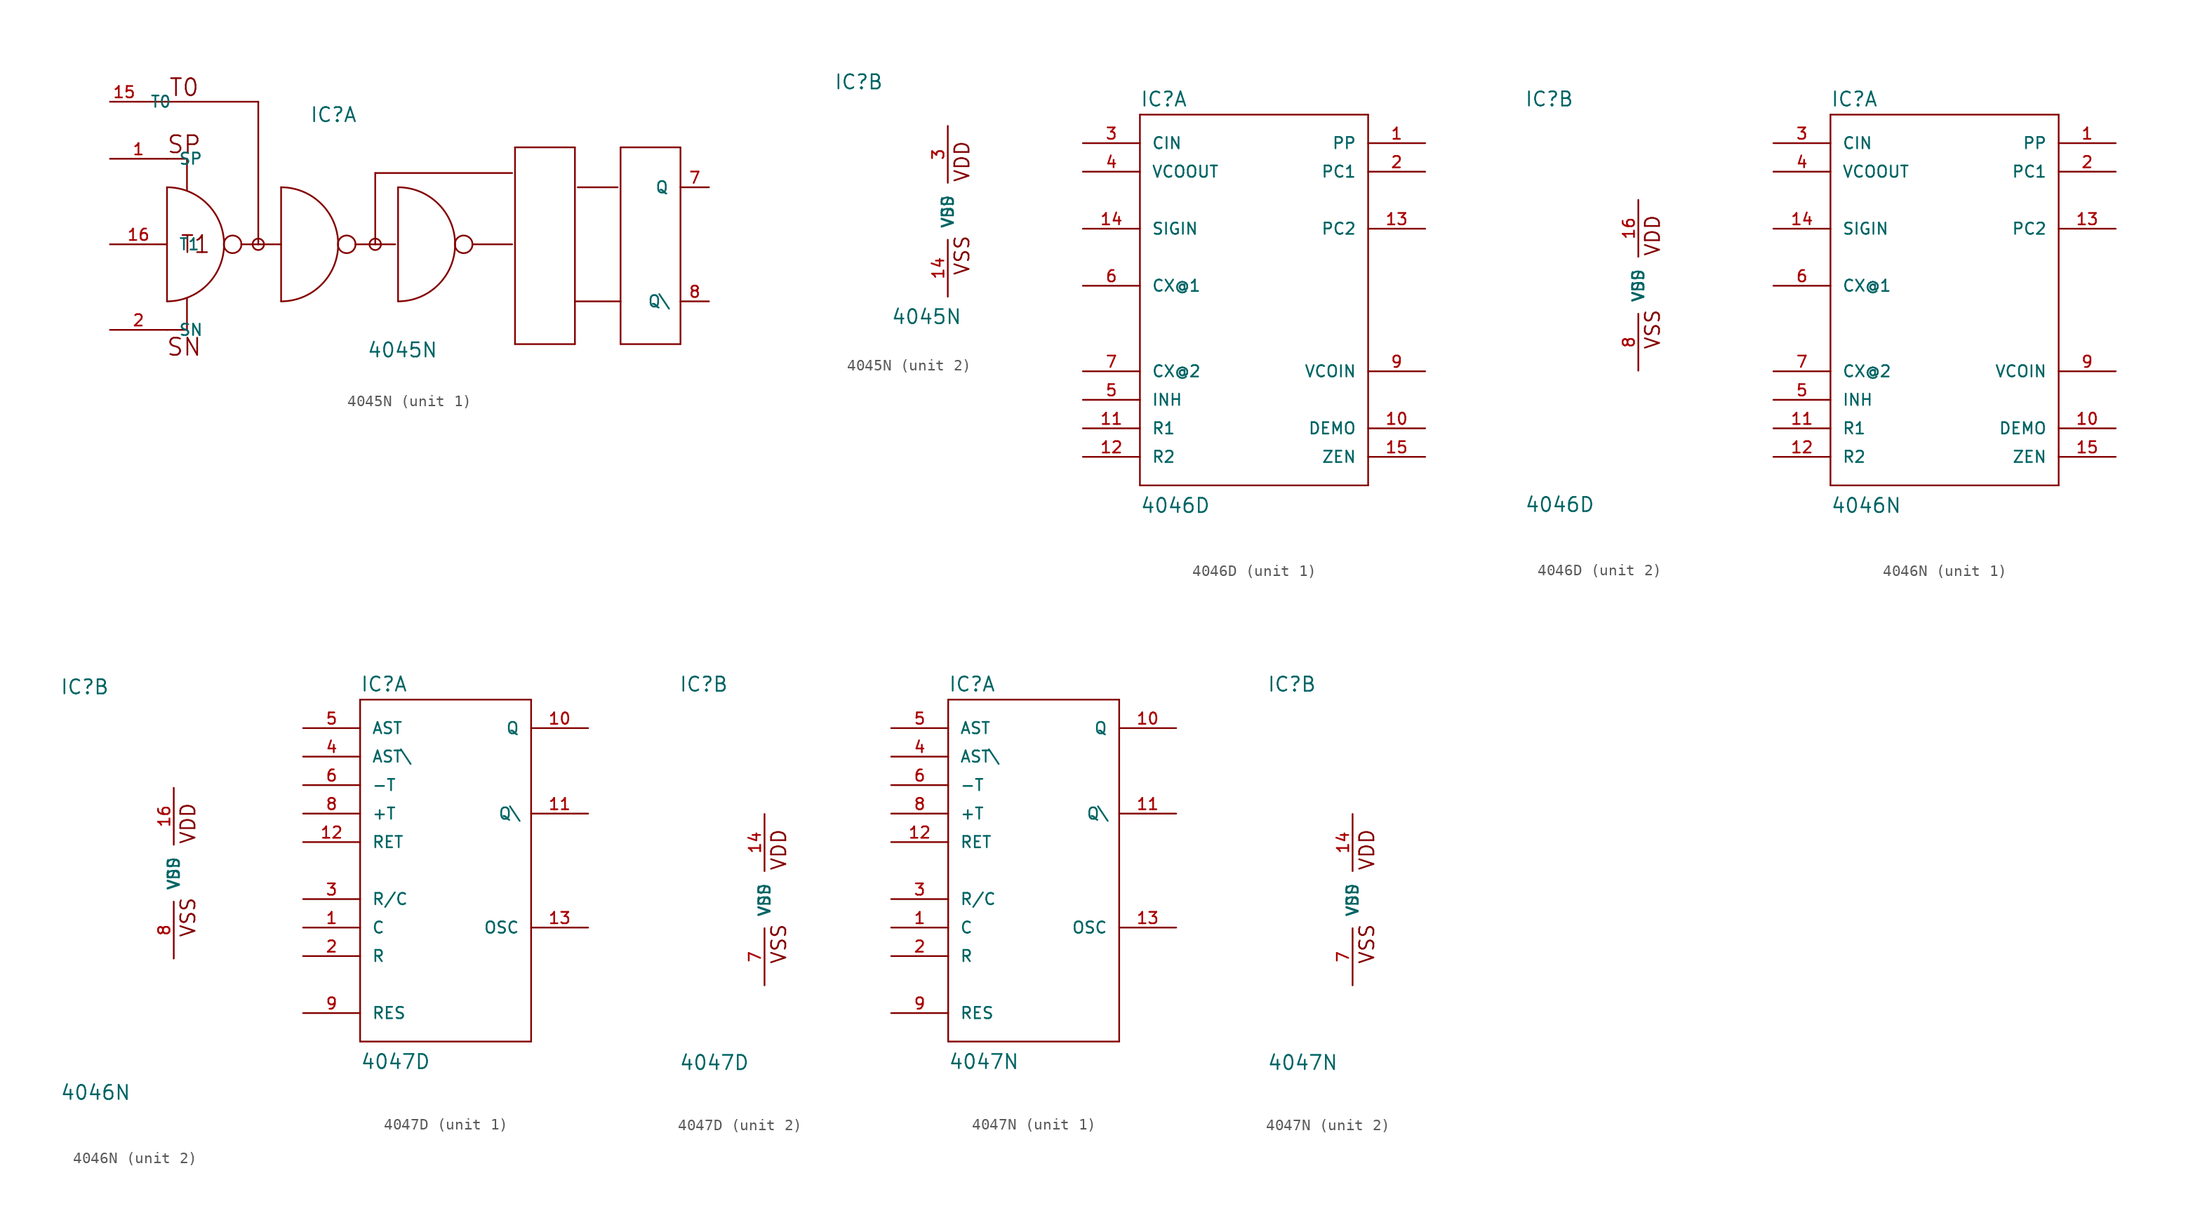
<source format=kicad_sym>
(kicad_symbol_lib
  (version 20211014)
  (generator kicad_symbol_editor)
  (symbol "4045N"
    (pin_names
      (offset 1.016))
    (property "Reference" "IC"
      (at -10.16 10.795 0)
      (effects (font (size 1.27 1.27)) (justify left bottom)))
    (property "Value" "4045N"
      (at -5.08 -10.16 0)
      (effects (font (size 1.27 1.27)) (justify left bottom)))
    (property "ki_locked" ""
      (at 0 0 0)
      (effects (font (size 1.27 1.27))))
    (symbol "4045N_1_0"
      (polyline (pts (xy -25.4 12.7) (xy -14.732 12.7)) (stroke (width 0) (type default) (color 0 0 0 0)) (fill (type none)))
      (polyline (pts (xy -22.86 -7.62) (xy -21.082 -7.62)) (stroke (width 0) (type default) (color 0 0 0 0)) (fill (type none)))
      (polyline (pts (xy -22.86 5.08) (xy -22.86 -5.08)) (stroke (width 0) (type default) (color 0 0 0 0)) (fill (type none)))
      (polyline (pts (xy -22.86 7.62) (xy -21.082 7.62)) (stroke (width 0) (type default) (color 0 0 0 0)) (fill (type none)))
      (polyline (pts (xy -21.082 -7.62) (xy -21.082 -4.826)) (stroke (width 0) (type default) (color 0 0 0 0)) (fill (type none)))
      (polyline (pts (xy -21.082 7.62) (xy -21.082 4.826)) (stroke (width 0) (type default) (color 0 0 0 0)) (fill (type none)))
      (polyline (pts (xy -16.256 0) (xy -14.732 0)) (stroke (width 0) (type default) (color 0 0 0 0)) (fill (type none)))
      (polyline (pts (xy -14.732 0) (xy -12.7 0)) (stroke (width 0) (type default) (color 0 0 0 0)) (fill (type none)))
      (polyline (pts (xy -14.732 12.7) (xy -14.732 0)) (stroke (width 0) (type default) (color 0 0 0 0)) (fill (type none)))
      (polyline (pts (xy -12.7 5.08) (xy -12.7 -5.08)) (stroke (width 0) (type default) (color 0 0 0 0)) (fill (type none)))
      (polyline (pts (xy -6.096 0) (xy -4.318 0)) (stroke (width 0) (type default) (color 0 0 0 0)) (fill (type none)))
      (polyline (pts (xy -4.318 0) (xy -4.318 6.35)) (stroke (width 0) (type default) (color 0 0 0 0)) (fill (type none)))
      (polyline (pts (xy -4.318 0) (xy -2.54 0)) (stroke (width 0) (type default) (color 0 0 0 0)) (fill (type none)))
      (polyline (pts (xy -4.318 6.35) (xy 7.874 6.35)) (stroke (width 0) (type default) (color 0 0 0 0)) (fill (type none)))
      (polyline (pts (xy -2.286 5.08) (xy -2.286 -5.08)) (stroke (width 0) (type default) (color 0 0 0 0)) (fill (type none)))
      (polyline (pts (xy 4.318 0) (xy 7.874 0)) (stroke (width 0) (type default) (color 0 0 0 0)) (fill (type none)))
      (polyline (pts (xy 8.128 -8.89) (xy 13.462 -8.89)) (stroke (width 0) (type default) (color 0 0 0 0)) (fill (type none)))
      (polyline (pts (xy 8.128 8.636) (xy 8.128 -8.89)) (stroke (width 0) (type default) (color 0 0 0 0)) (fill (type none)))
      (polyline (pts (xy 13.462 -8.89) (xy 13.462 -5.08)) (stroke (width 0) (type default) (color 0 0 0 0)) (fill (type none)))
      (polyline (pts (xy 13.462 -5.08) (xy 13.462 8.636)) (stroke (width 0) (type default) (color 0 0 0 0)) (fill (type none)))
      (polyline (pts (xy 13.462 -5.08) (xy 17.526 -5.08)) (stroke (width 0) (type default) (color 0 0 0 0)) (fill (type none)))
      (polyline (pts (xy 13.462 8.636) (xy 8.128 8.636)) (stroke (width 0) (type default) (color 0 0 0 0)) (fill (type none)))
      (polyline (pts (xy 13.716 5.08) (xy 17.272 5.08)) (stroke (width 0) (type default) (color 0 0 0 0)) (fill (type none)))
      (polyline (pts (xy 17.526 -8.89) (xy 22.86 -8.89)) (stroke (width 0) (type default) (color 0 0 0 0)) (fill (type none)))
      (polyline (pts (xy 17.526 -5.08) (xy 17.526 -8.89)) (stroke (width 0) (type default) (color 0 0 0 0)) (fill (type none)))
      (polyline (pts (xy 17.526 8.636) (xy 17.526 -5.08)) (stroke (width 0) (type default) (color 0 0 0 0)) (fill (type none)))
      (polyline (pts (xy 22.86 -8.89) (xy 22.86 8.636)) (stroke (width 0) (type default) (color 0 0 0 0)) (fill (type none)))
      (polyline (pts (xy 22.86 8.636) (xy 17.526 8.636)) (stroke (width 0) (type default) (color 0 0 0 0)) (fill (type none)))
      (text "SN" (at -21.336 -9.144 0) (effects (font (size 1.524 1.524))))
      (text "SP" (at -21.336 8.89 0) (effects (font (size 1.524 1.524))))
      (text "T0" (at -21.336 13.97 0) (effects (font (size 1.524 1.524))))
      (text "T1" (at -20.32 0 0) (effects (font (size 1.524 1.524)))))
    (symbol "4045N_1_1"
      (arc (start -22.86 -5.08) (mid -17.78 0) (end -22.86 5.08) (stroke (width 0) (type default) (color 0 0 0 0)) (fill (type none)))
      (circle (center -17.018 0) (radius 0.787) (stroke (width 0) (type default) (color 0 0 0 0)) (fill (type none)))
      (circle (center -14.732 0) (radius 0.508) (stroke (width 0) (type default) (color 0 0 0 0)) (fill (type none)))
      (arc (start -12.7 -5.08) (mid -7.62 0) (end -12.7 5.08) (stroke (width 0) (type default) (color 0 0 0 0)) (fill (type none)))
      (circle (center -6.858 0) (radius 0.787) (stroke (width 0) (type default) (color 0 0 0 0)) (fill (type none)))
      (circle (center -4.318 0) (radius 0.508) (stroke (width 0) (type default) (color 0 0 0 0)) (fill (type none)))
      (arc (start -2.286 -5.08) (mid 2.794 0) (end -2.286 5.08) (stroke (width 0) (type default) (color 0 0 0 0)) (fill (type none)))
      (circle (center 3.556 0) (radius 0.787) (stroke (width 0) (type default) (color 0 0 0 0)) (fill (type none)))
      (pin input line (at -27.94 7.62 0) (length 5.08) (name "SP" (effects (font (size 1.016 1.016)))) (number "1" (effects (font (size 1.016 1.016)))))
      (pin input line (at -27.94 12.7 0) (length 2.54) (name "T0" (effects (font (size 1.016 1.016)))) (number "15" (effects (font (size 1.016 1.016)))))
      (pin input line (at -27.94 0 0) (length 5.08) (name "T1" (effects (font (size 1.016 1.016)))) (number "16" (effects (font (size 1.016 1.016)))))
      (pin input line (at -27.94 -7.62 0) (length 5.08) (name "SN" (effects (font (size 1.016 1.016)))) (number "2" (effects (font (size 1.016 1.016)))))
      (pin input line (at 25.4 5.08 180) (length 2.54) (name "Q" (effects (font (size 1.016 1.016)))) (number "7" (effects (font (size 1.016 1.016)))))
      (pin input line (at 25.4 -5.08 180) (length 2.54) (name "Q\\" (effects (font (size 1.016 1.016)))) (number "8" (effects (font (size 1.016 1.016))))))
    (symbol "4045N_2_0"
      (text "VDD" (at 1.27 4.445 1) (effects (font (size 1.27 1.27))))
      (text "VSS" (at 1.27 -3.937 1) (effects (font (size 1.27 1.27)))))
    (symbol "4045N_2_1"
      (pin power_in line (at 0 -7.62 90) (length 5.08) (name "VSS" (effects (font (size 1.016 1.016)))) (number "14" (effects (font (size 1.016 1.016)))))
      (pin power_in line (at 0 7.62 270) (length 5.08) (name "VDD" (effects (font (size 1.016 1.016)))) (number "3" (effects (font (size 1.016 1.016)))))))
  (symbol "4046D"
    (pin_names
      (offset 1.016))
    (property "Reference" "IC"
      (at -10.16 15.875 0)
      (effects (font (size 1.27 1.27)) (justify left bottom)))
    (property "Value" "4046D"
      (at -10.16 -20.32 0)
      (effects (font (size 1.27 1.27)) (justify left bottom)))
    (property "ki_locked" ""
      (at 0 0 0)
      (effects (font (size 1.27 1.27))))
    (symbol "4046D_1_0"
      (polyline (pts (xy -10.16 -17.78) (xy 10.16 -17.78)) (stroke (width 0) (type default) (color 0 0 0 0)) (fill (type none)))
      (polyline (pts (xy -10.16 15.24) (xy -10.16 -17.78)) (stroke (width 0) (type default) (color 0 0 0 0)) (fill (type none)))
      (polyline (pts (xy 10.16 -17.78) (xy 10.16 15.24)) (stroke (width 0) (type default) (color 0 0 0 0)) (fill (type none)))
      (polyline (pts (xy 10.16 15.24) (xy -10.16 15.24)) (stroke (width 0) (type default) (color 0 0 0 0)) (fill (type none))))
    (symbol "4046D_1_1"
      (pin output line (at 15.24 12.7 180) (length 5.08) (name "PP" (effects (font (size 1.016 1.016)))) (number "1" (effects (font (size 1.016 1.016)))))
      (pin output line (at 15.24 -12.7 180) (length 5.08) (name "DEMO" (effects (font (size 1.016 1.016)))) (number "10" (effects (font (size 1.016 1.016)))))
      (pin input line (at -15.24 -12.7 0) (length 5.08) (name "R1" (effects (font (size 1.016 1.016)))) (number "11" (effects (font (size 1.016 1.016)))))
      (pin input line (at -15.24 -15.24 0) (length 5.08) (name "R2" (effects (font (size 1.016 1.016)))) (number "12" (effects (font (size 1.016 1.016)))))
      (pin output line (at 15.24 5.08 180) (length 5.08) (name "PC2" (effects (font (size 1.016 1.016)))) (number "13" (effects (font (size 1.016 1.016)))))
      (pin input line (at -15.24 5.08 0) (length 5.08) (name "SIGIN" (effects (font (size 1.016 1.016)))) (number "14" (effects (font (size 1.016 1.016)))))
      (pin input line (at 15.24 -15.24 180) (length 5.08) (name "ZEN" (effects (font (size 1.016 1.016)))) (number "15" (effects (font (size 1.016 1.016)))))
      (pin output line (at 15.24 10.16 180) (length 5.08) (name "PC1" (effects (font (size 1.016 1.016)))) (number "2" (effects (font (size 1.016 1.016)))))
      (pin input line (at -15.24 12.7 0) (length 5.08) (name "CIN" (effects (font (size 1.016 1.016)))) (number "3" (effects (font (size 1.016 1.016)))))
      (pin output line (at -15.24 10.16 0) (length 5.08) (name "VCOOUT" (effects (font (size 1.016 1.016)))) (number "4" (effects (font (size 1.016 1.016)))))
      (pin input line (at -15.24 -10.16 0) (length 5.08) (name "INH" (effects (font (size 1.016 1.016)))) (number "5" (effects (font (size 1.016 1.016)))))
      (pin input line (at -15.24 0 0) (length 5.08) (name "CX@1" (effects (font (size 1.016 1.016)))) (number "6" (effects (font (size 1.016 1.016)))))
      (pin input line (at -15.24 -7.62 0) (length 5.08) (name "CX@2" (effects (font (size 1.016 1.016)))) (number "7" (effects (font (size 1.016 1.016)))))
      (pin input line (at 15.24 -7.62 180) (length 5.08) (name "VCOIN" (effects (font (size 1.016 1.016)))) (number "9" (effects (font (size 1.016 1.016))))))
    (symbol "4046D_2_0"
      (text "VDD" (at 1.27 4.445 1) (effects (font (size 1.27 1.27))))
      (text "VSS" (at 1.27 -3.937 1) (effects (font (size 1.27 1.27)))))
    (symbol "4046D_2_1"
      (pin power_in line (at 0 7.62 270) (length 5.08) (name "VDD" (effects (font (size 1.016 1.016)))) (number "16" (effects (font (size 1.016 1.016)))))
      (pin power_in line (at 0 -7.62 90) (length 5.08) (name "VSS" (effects (font (size 1.016 1.016)))) (number "8" (effects (font (size 1.016 1.016)))))))
  (symbol "4046N"
    (pin_names
      (offset 1.016))
    (property "Reference" "IC"
      (at -10.16 15.875 0)
      (effects (font (size 1.27 1.27)) (justify left bottom)))
    (property "Value" "4046N"
      (at -10.16 -20.32 0)
      (effects (font (size 1.27 1.27)) (justify left bottom)))
    (property "ki_locked" ""
      (at 0 0 0)
      (effects (font (size 1.27 1.27))))
    (symbol "4046N_1_0"
      (polyline (pts (xy -10.16 -17.78) (xy 10.16 -17.78)) (stroke (width 0) (type default) (color 0 0 0 0)) (fill (type none)))
      (polyline (pts (xy -10.16 15.24) (xy -10.16 -17.78)) (stroke (width 0) (type default) (color 0 0 0 0)) (fill (type none)))
      (polyline (pts (xy 10.16 -17.78) (xy 10.16 15.24)) (stroke (width 0) (type default) (color 0 0 0 0)) (fill (type none)))
      (polyline (pts (xy 10.16 15.24) (xy -10.16 15.24)) (stroke (width 0) (type default) (color 0 0 0 0)) (fill (type none))))
    (symbol "4046N_1_1"
      (pin output line (at 15.24 12.7 180) (length 5.08) (name "PP" (effects (font (size 1.016 1.016)))) (number "1" (effects (font (size 1.016 1.016)))))
      (pin output line (at 15.24 -12.7 180) (length 5.08) (name "DEMO" (effects (font (size 1.016 1.016)))) (number "10" (effects (font (size 1.016 1.016)))))
      (pin input line (at -15.24 -12.7 0) (length 5.08) (name "R1" (effects (font (size 1.016 1.016)))) (number "11" (effects (font (size 1.016 1.016)))))
      (pin input line (at -15.24 -15.24 0) (length 5.08) (name "R2" (effects (font (size 1.016 1.016)))) (number "12" (effects (font (size 1.016 1.016)))))
      (pin output line (at 15.24 5.08 180) (length 5.08) (name "PC2" (effects (font (size 1.016 1.016)))) (number "13" (effects (font (size 1.016 1.016)))))
      (pin input line (at -15.24 5.08 0) (length 5.08) (name "SIGIN" (effects (font (size 1.016 1.016)))) (number "14" (effects (font (size 1.016 1.016)))))
      (pin input line (at 15.24 -15.24 180) (length 5.08) (name "ZEN" (effects (font (size 1.016 1.016)))) (number "15" (effects (font (size 1.016 1.016)))))
      (pin output line (at 15.24 10.16 180) (length 5.08) (name "PC1" (effects (font (size 1.016 1.016)))) (number "2" (effects (font (size 1.016 1.016)))))
      (pin input line (at -15.24 12.7 0) (length 5.08) (name "CIN" (effects (font (size 1.016 1.016)))) (number "3" (effects (font (size 1.016 1.016)))))
      (pin output line (at -15.24 10.16 0) (length 5.08) (name "VCOOUT" (effects (font (size 1.016 1.016)))) (number "4" (effects (font (size 1.016 1.016)))))
      (pin input line (at -15.24 -10.16 0) (length 5.08) (name "INH" (effects (font (size 1.016 1.016)))) (number "5" (effects (font (size 1.016 1.016)))))
      (pin input line (at -15.24 0 0) (length 5.08) (name "CX@1" (effects (font (size 1.016 1.016)))) (number "6" (effects (font (size 1.016 1.016)))))
      (pin input line (at -15.24 -7.62 0) (length 5.08) (name "CX@2" (effects (font (size 1.016 1.016)))) (number "7" (effects (font (size 1.016 1.016)))))
      (pin input line (at 15.24 -7.62 180) (length 5.08) (name "VCOIN" (effects (font (size 1.016 1.016)))) (number "9" (effects (font (size 1.016 1.016))))))
    (symbol "4046N_2_0"
      (text "VDD" (at 1.27 4.445 1) (effects (font (size 1.27 1.27))))
      (text "VSS" (at 1.27 -3.937 1) (effects (font (size 1.27 1.27)))))
    (symbol "4046N_2_1"
      (pin power_in line (at 0 7.62 270) (length 5.08) (name "VDD" (effects (font (size 1.016 1.016)))) (number "16" (effects (font (size 1.016 1.016)))))
      (pin power_in line (at 0 -7.62 90) (length 5.08) (name "VSS" (effects (font (size 1.016 1.016)))) (number "8" (effects (font (size 1.016 1.016)))))))
  (symbol "4047D"
    (pin_names
      (offset 1.016))
    (property "Reference" "IC"
      (at -7.62 18.415 0)
      (effects (font (size 1.27 1.27)) (justify left bottom)))
    (property "Value" "4047D"
      (at -7.62 -15.24 0)
      (effects (font (size 1.27 1.27)) (justify left bottom)))
    (property "ki_locked" ""
      (at 0 0 0)
      (effects (font (size 1.27 1.27))))
    (symbol "4047D_1_0"
      (polyline (pts (xy -7.62 -12.7) (xy 7.62 -12.7)) (stroke (width 0) (type default) (color 0 0 0 0)) (fill (type none)))
      (polyline (pts (xy -7.62 17.78) (xy -7.62 -12.7)) (stroke (width 0) (type default) (color 0 0 0 0)) (fill (type none)))
      (polyline (pts (xy 7.62 -12.7) (xy 7.62 17.78)) (stroke (width 0) (type default) (color 0 0 0 0)) (fill (type none)))
      (polyline (pts (xy 7.62 17.78) (xy -7.62 17.78)) (stroke (width 0) (type default) (color 0 0 0 0)) (fill (type none))))
    (symbol "4047D_1_1"
      (pin input line (at -12.7 -2.54 0) (length 5.08) (name "C" (effects (font (size 1.016 1.016)))) (number "1" (effects (font (size 1.016 1.016)))))
      (pin output line (at 12.7 15.24 180) (length 5.08) (name "Q" (effects (font (size 1.016 1.016)))) (number "10" (effects (font (size 1.016 1.016)))))
      (pin output line (at 12.7 7.62 180) (length 5.08) (name "Q\\" (effects (font (size 1.016 1.016)))) (number "11" (effects (font (size 1.016 1.016)))))
      (pin input line (at -12.7 5.08 0) (length 5.08) (name "RET" (effects (font (size 1.016 1.016)))) (number "12" (effects (font (size 1.016 1.016)))))
      (pin output line (at 12.7 -2.54 180) (length 5.08) (name "OSC" (effects (font (size 1.016 1.016)))) (number "13" (effects (font (size 1.016 1.016)))))
      (pin input line (at -12.7 -5.08 0) (length 5.08) (name "R" (effects (font (size 1.016 1.016)))) (number "2" (effects (font (size 1.016 1.016)))))
      (pin input line (at -12.7 0 0) (length 5.08) (name "R/C" (effects (font (size 1.016 1.016)))) (number "3" (effects (font (size 1.016 1.016)))))
      (pin input line (at -12.7 12.7 0) (length 5.08) (name "AST\\" (effects (font (size 1.016 1.016)))) (number "4" (effects (font (size 1.016 1.016)))))
      (pin input line (at -12.7 15.24 0) (length 5.08) (name "AST" (effects (font (size 1.016 1.016)))) (number "5" (effects (font (size 1.016 1.016)))))
      (pin input line (at -12.7 10.16 0) (length 5.08) (name "-T" (effects (font (size 1.016 1.016)))) (number "6" (effects (font (size 1.016 1.016)))))
      (pin input line (at -12.7 7.62 0) (length 5.08) (name "+T" (effects (font (size 1.016 1.016)))) (number "8" (effects (font (size 1.016 1.016)))))
      (pin input line (at -12.7 -10.16 0) (length 5.08) (name "RES" (effects (font (size 1.016 1.016)))) (number "9" (effects (font (size 1.016 1.016))))))
    (symbol "4047D_2_0"
      (text "VDD" (at 1.27 4.445 1) (effects (font (size 1.27 1.27))))
      (text "VSS" (at 1.27 -3.937 1) (effects (font (size 1.27 1.27)))))
    (symbol "4047D_2_1"
      (pin power_in line (at 0 7.62 270) (length 5.08) (name "VDD" (effects (font (size 1.016 1.016)))) (number "14" (effects (font (size 1.016 1.016)))))
      (pin power_in line (at 0 -7.62 90) (length 5.08) (name "VSS" (effects (font (size 1.016 1.016)))) (number "7" (effects (font (size 1.016 1.016)))))))
  (symbol "4047N"
    (pin_names
      (offset 1.016))
    (property "Reference" "IC"
      (at -7.62 18.415 0)
      (effects (font (size 1.27 1.27)) (justify left bottom)))
    (property "Value" "4047N"
      (at -7.62 -15.24 0)
      (effects (font (size 1.27 1.27)) (justify left bottom)))
    (property "ki_locked" ""
      (at 0 0 0)
      (effects (font (size 1.27 1.27))))
    (symbol "4047N_1_0"
      (polyline (pts (xy -7.62 -12.7) (xy 7.62 -12.7)) (stroke (width 0) (type default) (color 0 0 0 0)) (fill (type none)))
      (polyline (pts (xy -7.62 17.78) (xy -7.62 -12.7)) (stroke (width 0) (type default) (color 0 0 0 0)) (fill (type none)))
      (polyline (pts (xy 7.62 -12.7) (xy 7.62 17.78)) (stroke (width 0) (type default) (color 0 0 0 0)) (fill (type none)))
      (polyline (pts (xy 7.62 17.78) (xy -7.62 17.78)) (stroke (width 0) (type default) (color 0 0 0 0)) (fill (type none))))
    (symbol "4047N_1_1"
      (pin input line (at -12.7 -2.54 0) (length 5.08) (name "C" (effects (font (size 1.016 1.016)))) (number "1" (effects (font (size 1.016 1.016)))))
      (pin output line (at 12.7 15.24 180) (length 5.08) (name "Q" (effects (font (size 1.016 1.016)))) (number "10" (effects (font (size 1.016 1.016)))))
      (pin output line (at 12.7 7.62 180) (length 5.08) (name "Q\\" (effects (font (size 1.016 1.016)))) (number "11" (effects (font (size 1.016 1.016)))))
      (pin input line (at -12.7 5.08 0) (length 5.08) (name "RET" (effects (font (size 1.016 1.016)))) (number "12" (effects (font (size 1.016 1.016)))))
      (pin output line (at 12.7 -2.54 180) (length 5.08) (name "OSC" (effects (font (size 1.016 1.016)))) (number "13" (effects (font (size 1.016 1.016)))))
      (pin input line (at -12.7 -5.08 0) (length 5.08) (name "R" (effects (font (size 1.016 1.016)))) (number "2" (effects (font (size 1.016 1.016)))))
      (pin input line (at -12.7 0 0) (length 5.08) (name "R/C" (effects (font (size 1.016 1.016)))) (number "3" (effects (font (size 1.016 1.016)))))
      (pin input line (at -12.7 12.7 0) (length 5.08) (name "AST\\" (effects (font (size 1.016 1.016)))) (number "4" (effects (font (size 1.016 1.016)))))
      (pin input line (at -12.7 15.24 0) (length 5.08) (name "AST" (effects (font (size 1.016 1.016)))) (number "5" (effects (font (size 1.016 1.016)))))
      (pin input line (at -12.7 10.16 0) (length 5.08) (name "-T" (effects (font (size 1.016 1.016)))) (number "6" (effects (font (size 1.016 1.016)))))
      (pin input line (at -12.7 7.62 0) (length 5.08) (name "+T" (effects (font (size 1.016 1.016)))) (number "8" (effects (font (size 1.016 1.016)))))
      (pin input line (at -12.7 -10.16 0) (length 5.08) (name "RES" (effects (font (size 1.016 1.016)))) (number "9" (effects (font (size 1.016 1.016))))))
    (symbol "4047N_2_0"
      (text "VDD" (at 1.27 4.445 1) (effects (font (size 1.27 1.27))))
      (text "VSS" (at 1.27 -3.937 1) (effects (font (size 1.27 1.27)))))
    (symbol "4047N_2_1"
      (pin power_in line (at 0 7.62 270) (length 5.08) (name "VDD" (effects (font (size 1.016 1.016)))) (number "14" (effects (font (size 1.016 1.016)))))
      (pin power_in line (at 0 -7.62 90) (length 5.08) (name "VSS" (effects (font (size 1.016 1.016)))) (number "7" (effects (font (size 1.016 1.016))))))))
</source>
